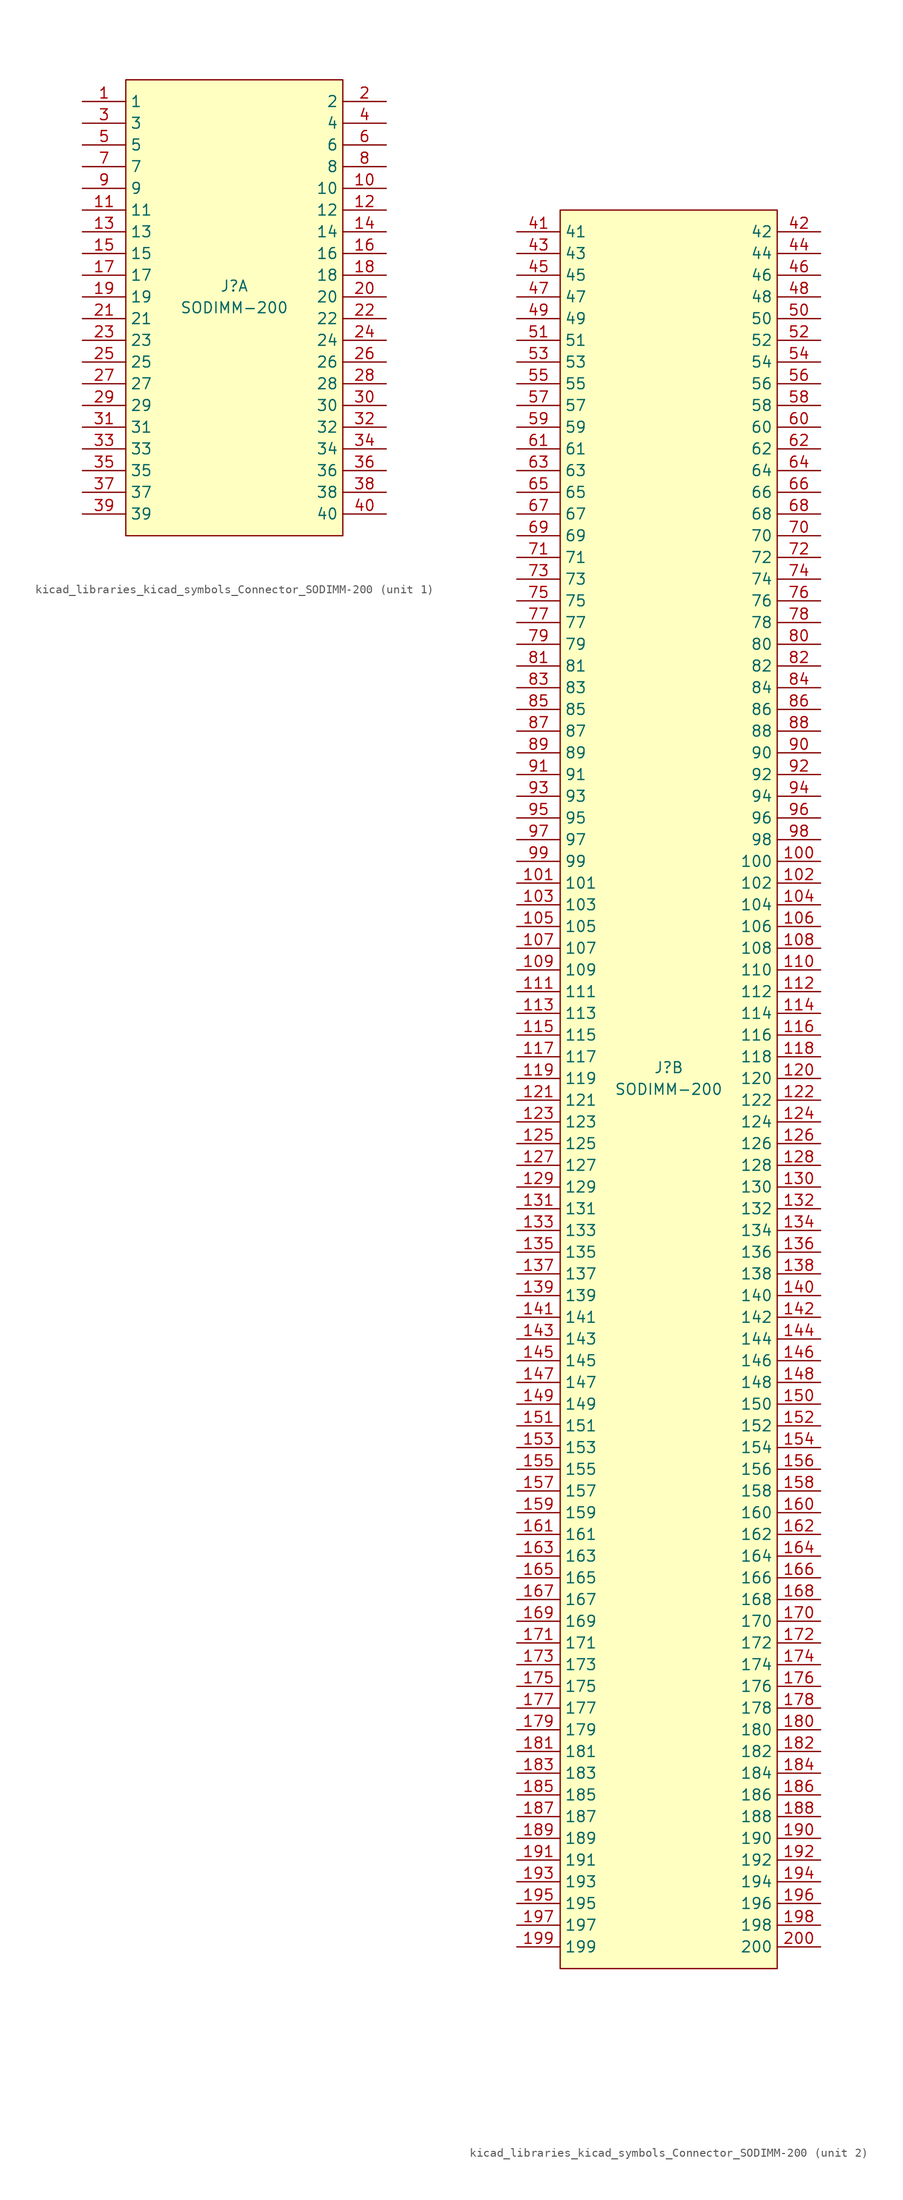
<source format=kicad_sym>
(kicad_symbol_lib
  (version 20220914)
  (generator kicad_symbol_editor)
  (symbol "kicad_libraries_kicad_symbols_Connector_SODIMM-200"
    (property "Reference" "J"
      (at 0 1.27 0)
      (effects (font (size 1.27 1.27))))
    (property "Value" "SODIMM-200"
      (at 0 -1.27 0)
      (effects (font (size 1.27 1.27))))
    (property "ki_locked" ""
      (at 0 0 0)
      (effects (font (size 1.27 1.27))))
    (symbol "kicad_libraries_kicad_symbols_Connector_SODIMM-200_1_1"
      (rectangle (start -12.7 25.4) (end 12.7 -27.94) (stroke (width 0) (type default)) (fill (type background)))
      (pin passive line (at -17.78 22.86 0) (length 5.08) (name "1" (effects (font (size 1.27 1.27)))) (number "1" (effects (font (size 1.27 1.27)))))
      (pin passive line (at 17.78 12.7 180) (length 5.08) (name "10" (effects (font (size 1.27 1.27)))) (number "10" (effects (font (size 1.27 1.27)))))
      (pin passive line (at -17.78 10.16 0) (length 5.08) (name "11" (effects (font (size 1.27 1.27)))) (number "11" (effects (font (size 1.27 1.27)))))
      (pin passive line (at 17.78 10.16 180) (length 5.08) (name "12" (effects (font (size 1.27 1.27)))) (number "12" (effects (font (size 1.27 1.27)))))
      (pin passive line (at -17.78 7.62 0) (length 5.08) (name "13" (effects (font (size 1.27 1.27)))) (number "13" (effects (font (size 1.27 1.27)))))
      (pin passive line (at 17.78 7.62 180) (length 5.08) (name "14" (effects (font (size 1.27 1.27)))) (number "14" (effects (font (size 1.27 1.27)))))
      (pin passive line (at -17.78 5.08 0) (length 5.08) (name "15" (effects (font (size 1.27 1.27)))) (number "15" (effects (font (size 1.27 1.27)))))
      (pin passive line (at 17.78 5.08 180) (length 5.08) (name "16" (effects (font (size 1.27 1.27)))) (number "16" (effects (font (size 1.27 1.27)))))
      (pin passive line (at -17.78 2.54 0) (length 5.08) (name "17" (effects (font (size 1.27 1.27)))) (number "17" (effects (font (size 1.27 1.27)))))
      (pin passive line (at 17.78 2.54 180) (length 5.08) (name "18" (effects (font (size 1.27 1.27)))) (number "18" (effects (font (size 1.27 1.27)))))
      (pin passive line (at -17.78 0 0) (length 5.08) (name "19" (effects (font (size 1.27 1.27)))) (number "19" (effects (font (size 1.27 1.27)))))
      (pin passive line (at 17.78 22.86 180) (length 5.08) (name "2" (effects (font (size 1.27 1.27)))) (number "2" (effects (font (size 1.27 1.27)))))
      (pin passive line (at 17.78 0 180) (length 5.08) (name "20" (effects (font (size 1.27 1.27)))) (number "20" (effects (font (size 1.27 1.27)))))
      (pin passive line (at -17.78 -2.54 0) (length 5.08) (name "21" (effects (font (size 1.27 1.27)))) (number "21" (effects (font (size 1.27 1.27)))))
      (pin passive line (at 17.78 -2.54 180) (length 5.08) (name "22" (effects (font (size 1.27 1.27)))) (number "22" (effects (font (size 1.27 1.27)))))
      (pin passive line (at -17.78 -5.08 0) (length 5.08) (name "23" (effects (font (size 1.27 1.27)))) (number "23" (effects (font (size 1.27 1.27)))))
      (pin passive line (at 17.78 -5.08 180) (length 5.08) (name "24" (effects (font (size 1.27 1.27)))) (number "24" (effects (font (size 1.27 1.27)))))
      (pin passive line (at -17.78 -7.62 0) (length 5.08) (name "25" (effects (font (size 1.27 1.27)))) (number "25" (effects (font (size 1.27 1.27)))))
      (pin passive line (at 17.78 -7.62 180) (length 5.08) (name "26" (effects (font (size 1.27 1.27)))) (number "26" (effects (font (size 1.27 1.27)))))
      (pin passive line (at -17.78 -10.16 0) (length 5.08) (name "27" (effects (font (size 1.27 1.27)))) (number "27" (effects (font (size 1.27 1.27)))))
      (pin passive line (at 17.78 -10.16 180) (length 5.08) (name "28" (effects (font (size 1.27 1.27)))) (number "28" (effects (font (size 1.27 1.27)))))
      (pin passive line (at -17.78 -12.7 0) (length 5.08) (name "29" (effects (font (size 1.27 1.27)))) (number "29" (effects (font (size 1.27 1.27)))))
      (pin passive line (at -17.78 20.32 0) (length 5.08) (name "3" (effects (font (size 1.27 1.27)))) (number "3" (effects (font (size 1.27 1.27)))))
      (pin passive line (at 17.78 -12.7 180) (length 5.08) (name "30" (effects (font (size 1.27 1.27)))) (number "30" (effects (font (size 1.27 1.27)))))
      (pin passive line (at -17.78 -15.24 0) (length 5.08) (name "31" (effects (font (size 1.27 1.27)))) (number "31" (effects (font (size 1.27 1.27)))))
      (pin passive line (at 17.78 -15.24 180) (length 5.08) (name "32" (effects (font (size 1.27 1.27)))) (number "32" (effects (font (size 1.27 1.27)))))
      (pin passive line (at -17.78 -17.78 0) (length 5.08) (name "33" (effects (font (size 1.27 1.27)))) (number "33" (effects (font (size 1.27 1.27)))))
      (pin passive line (at 17.78 -17.78 180) (length 5.08) (name "34" (effects (font (size 1.27 1.27)))) (number "34" (effects (font (size 1.27 1.27)))))
      (pin passive line (at -17.78 -20.32 0) (length 5.08) (name "35" (effects (font (size 1.27 1.27)))) (number "35" (effects (font (size 1.27 1.27)))))
      (pin passive line (at 17.78 -20.32 180) (length 5.08) (name "36" (effects (font (size 1.27 1.27)))) (number "36" (effects (font (size 1.27 1.27)))))
      (pin passive line (at -17.78 -22.86 0) (length 5.08) (name "37" (effects (font (size 1.27 1.27)))) (number "37" (effects (font (size 1.27 1.27)))))
      (pin passive line (at 17.78 -22.86 180) (length 5.08) (name "38" (effects (font (size 1.27 1.27)))) (number "38" (effects (font (size 1.27 1.27)))))
      (pin passive line (at -17.78 -25.4 0) (length 5.08) (name "39" (effects (font (size 1.27 1.27)))) (number "39" (effects (font (size 1.27 1.27)))))
      (pin passive line (at 17.78 20.32 180) (length 5.08) (name "4" (effects (font (size 1.27 1.27)))) (number "4" (effects (font (size 1.27 1.27)))))
      (pin passive line (at 17.78 -25.4 180) (length 5.08) (name "40" (effects (font (size 1.27 1.27)))) (number "40" (effects (font (size 1.27 1.27)))))
      (pin passive line (at -17.78 17.78 0) (length 5.08) (name "5" (effects (font (size 1.27 1.27)))) (number "5" (effects (font (size 1.27 1.27)))))
      (pin passive line (at 17.78 17.78 180) (length 5.08) (name "6" (effects (font (size 1.27 1.27)))) (number "6" (effects (font (size 1.27 1.27)))))
      (pin passive line (at -17.78 15.24 0) (length 5.08) (name "7" (effects (font (size 1.27 1.27)))) (number "7" (effects (font (size 1.27 1.27)))))
      (pin passive line (at 17.78 15.24 180) (length 5.08) (name "8" (effects (font (size 1.27 1.27)))) (number "8" (effects (font (size 1.27 1.27)))))
      (pin passive line (at -17.78 12.7 0) (length 5.08) (name "9" (effects (font (size 1.27 1.27)))) (number "9" (effects (font (size 1.27 1.27))))))
    (symbol "kicad_libraries_kicad_symbols_Connector_SODIMM-200_2_1"
      (rectangle (start -12.7 -104.14) (end 12.7 101.6) (stroke (width 0) (type default)) (fill (type background)))
      (pin passive line (at 17.78 25.4 180) (length 5.08) (name "100" (effects (font (size 1.27 1.27)))) (number "100" (effects (font (size 1.27 1.27)))))
      (pin passive line (at -17.78 22.86 0) (length 5.08) (name "101" (effects (font (size 1.27 1.27)))) (number "101" (effects (font (size 1.27 1.27)))))
      (pin passive line (at 17.78 22.86 180) (length 5.08) (name "102" (effects (font (size 1.27 1.27)))) (number "102" (effects (font (size 1.27 1.27)))))
      (pin passive line (at -17.78 20.32 0) (length 5.08) (name "103" (effects (font (size 1.27 1.27)))) (number "103" (effects (font (size 1.27 1.27)))))
      (pin passive line (at 17.78 20.32 180) (length 5.08) (name "104" (effects (font (size 1.27 1.27)))) (number "104" (effects (font (size 1.27 1.27)))))
      (pin passive line (at -17.78 17.78 0) (length 5.08) (name "105" (effects (font (size 1.27 1.27)))) (number "105" (effects (font (size 1.27 1.27)))))
      (pin passive line (at 17.78 17.78 180) (length 5.08) (name "106" (effects (font (size 1.27 1.27)))) (number "106" (effects (font (size 1.27 1.27)))))
      (pin passive line (at -17.78 15.24 0) (length 5.08) (name "107" (effects (font (size 1.27 1.27)))) (number "107" (effects (font (size 1.27 1.27)))))
      (pin passive line (at 17.78 15.24 180) (length 5.08) (name "108" (effects (font (size 1.27 1.27)))) (number "108" (effects (font (size 1.27 1.27)))))
      (pin passive line (at -17.78 12.7 0) (length 5.08) (name "109" (effects (font (size 1.27 1.27)))) (number "109" (effects (font (size 1.27 1.27)))))
      (pin passive line (at 17.78 12.7 180) (length 5.08) (name "110" (effects (font (size 1.27 1.27)))) (number "110" (effects (font (size 1.27 1.27)))))
      (pin passive line (at -17.78 10.16 0) (length 5.08) (name "111" (effects (font (size 1.27 1.27)))) (number "111" (effects (font (size 1.27 1.27)))))
      (pin passive line (at 17.78 10.16 180) (length 5.08) (name "112" (effects (font (size 1.27 1.27)))) (number "112" (effects (font (size 1.27 1.27)))))
      (pin passive line (at -17.78 7.62 0) (length 5.08) (name "113" (effects (font (size 1.27 1.27)))) (number "113" (effects (font (size 1.27 1.27)))))
      (pin passive line (at 17.78 7.62 180) (length 5.08) (name "114" (effects (font (size 1.27 1.27)))) (number "114" (effects (font (size 1.27 1.27)))))
      (pin passive line (at -17.78 5.08 0) (length 5.08) (name "115" (effects (font (size 1.27 1.27)))) (number "115" (effects (font (size 1.27 1.27)))))
      (pin passive line (at 17.78 5.08 180) (length 5.08) (name "116" (effects (font (size 1.27 1.27)))) (number "116" (effects (font (size 1.27 1.27)))))
      (pin passive line (at -17.78 2.54 0) (length 5.08) (name "117" (effects (font (size 1.27 1.27)))) (number "117" (effects (font (size 1.27 1.27)))))
      (pin passive line (at 17.78 2.54 180) (length 5.08) (name "118" (effects (font (size 1.27 1.27)))) (number "118" (effects (font (size 1.27 1.27)))))
      (pin passive line (at -17.78 0 0) (length 5.08) (name "119" (effects (font (size 1.27 1.27)))) (number "119" (effects (font (size 1.27 1.27)))))
      (pin passive line (at 17.78 0 180) (length 5.08) (name "120" (effects (font (size 1.27 1.27)))) (number "120" (effects (font (size 1.27 1.27)))))
      (pin passive line (at -17.78 -2.54 0) (length 5.08) (name "121" (effects (font (size 1.27 1.27)))) (number "121" (effects (font (size 1.27 1.27)))))
      (pin passive line (at 17.78 -2.54 180) (length 5.08) (name "122" (effects (font (size 1.27 1.27)))) (number "122" (effects (font (size 1.27 1.27)))))
      (pin passive line (at -17.78 -5.08 0) (length 5.08) (name "123" (effects (font (size 1.27 1.27)))) (number "123" (effects (font (size 1.27 1.27)))))
      (pin passive line (at 17.78 -5.08 180) (length 5.08) (name "124" (effects (font (size 1.27 1.27)))) (number "124" (effects (font (size 1.27 1.27)))))
      (pin passive line (at -17.78 -7.62 0) (length 5.08) (name "125" (effects (font (size 1.27 1.27)))) (number "125" (effects (font (size 1.27 1.27)))))
      (pin passive line (at 17.78 -7.62 180) (length 5.08) (name "126" (effects (font (size 1.27 1.27)))) (number "126" (effects (font (size 1.27 1.27)))))
      (pin passive line (at -17.78 -10.16 0) (length 5.08) (name "127" (effects (font (size 1.27 1.27)))) (number "127" (effects (font (size 1.27 1.27)))))
      (pin passive line (at 17.78 -10.16 180) (length 5.08) (name "128" (effects (font (size 1.27 1.27)))) (number "128" (effects (font (size 1.27 1.27)))))
      (pin passive line (at -17.78 -12.7 0) (length 5.08) (name "129" (effects (font (size 1.27 1.27)))) (number "129" (effects (font (size 1.27 1.27)))))
      (pin passive line (at 17.78 -12.7 180) (length 5.08) (name "130" (effects (font (size 1.27 1.27)))) (number "130" (effects (font (size 1.27 1.27)))))
      (pin passive line (at -17.78 -15.24 0) (length 5.08) (name "131" (effects (font (size 1.27 1.27)))) (number "131" (effects (font (size 1.27 1.27)))))
      (pin passive line (at 17.78 -15.24 180) (length 5.08) (name "132" (effects (font (size 1.27 1.27)))) (number "132" (effects (font (size 1.27 1.27)))))
      (pin passive line (at -17.78 -17.78 0) (length 5.08) (name "133" (effects (font (size 1.27 1.27)))) (number "133" (effects (font (size 1.27 1.27)))))
      (pin passive line (at 17.78 -17.78 180) (length 5.08) (name "134" (effects (font (size 1.27 1.27)))) (number "134" (effects (font (size 1.27 1.27)))))
      (pin passive line (at -17.78 -20.32 0) (length 5.08) (name "135" (effects (font (size 1.27 1.27)))) (number "135" (effects (font (size 1.27 1.27)))))
      (pin passive line (at 17.78 -20.32 180) (length 5.08) (name "136" (effects (font (size 1.27 1.27)))) (number "136" (effects (font (size 1.27 1.27)))))
      (pin passive line (at -17.78 -22.86 0) (length 5.08) (name "137" (effects (font (size 1.27 1.27)))) (number "137" (effects (font (size 1.27 1.27)))))
      (pin passive line (at 17.78 -22.86 180) (length 5.08) (name "138" (effects (font (size 1.27 1.27)))) (number "138" (effects (font (size 1.27 1.27)))))
      (pin passive line (at -17.78 -25.4 0) (length 5.08) (name "139" (effects (font (size 1.27 1.27)))) (number "139" (effects (font (size 1.27 1.27)))))
      (pin passive line (at 17.78 -25.4 180) (length 5.08) (name "140" (effects (font (size 1.27 1.27)))) (number "140" (effects (font (size 1.27 1.27)))))
      (pin passive line (at -17.78 -27.94 0) (length 5.08) (name "141" (effects (font (size 1.27 1.27)))) (number "141" (effects (font (size 1.27 1.27)))))
      (pin passive line (at 17.78 -27.94 180) (length 5.08) (name "142" (effects (font (size 1.27 1.27)))) (number "142" (effects (font (size 1.27 1.27)))))
      (pin passive line (at -17.78 -30.48 0) (length 5.08) (name "143" (effects (font (size 1.27 1.27)))) (number "143" (effects (font (size 1.27 1.27)))))
      (pin passive line (at 17.78 -30.48 180) (length 5.08) (name "144" (effects (font (size 1.27 1.27)))) (number "144" (effects (font (size 1.27 1.27)))))
      (pin passive line (at -17.78 -33.02 0) (length 5.08) (name "145" (effects (font (size 1.27 1.27)))) (number "145" (effects (font (size 1.27 1.27)))))
      (pin passive line (at 17.78 -33.02 180) (length 5.08) (name "146" (effects (font (size 1.27 1.27)))) (number "146" (effects (font (size 1.27 1.27)))))
      (pin passive line (at -17.78 -35.56 0) (length 5.08) (name "147" (effects (font (size 1.27 1.27)))) (number "147" (effects (font (size 1.27 1.27)))))
      (pin passive line (at 17.78 -35.56 180) (length 5.08) (name "148" (effects (font (size 1.27 1.27)))) (number "148" (effects (font (size 1.27 1.27)))))
      (pin passive line (at -17.78 -38.1 0) (length 5.08) (name "149" (effects (font (size 1.27 1.27)))) (number "149" (effects (font (size 1.27 1.27)))))
      (pin passive line (at 17.78 -38.1 180) (length 5.08) (name "150" (effects (font (size 1.27 1.27)))) (number "150" (effects (font (size 1.27 1.27)))))
      (pin passive line (at -17.78 -40.64 0) (length 5.08) (name "151" (effects (font (size 1.27 1.27)))) (number "151" (effects (font (size 1.27 1.27)))))
      (pin passive line (at 17.78 -40.64 180) (length 5.08) (name "152" (effects (font (size 1.27 1.27)))) (number "152" (effects (font (size 1.27 1.27)))))
      (pin passive line (at -17.78 -43.18 0) (length 5.08) (name "153" (effects (font (size 1.27 1.27)))) (number "153" (effects (font (size 1.27 1.27)))))
      (pin passive line (at 17.78 -43.18 180) (length 5.08) (name "154" (effects (font (size 1.27 1.27)))) (number "154" (effects (font (size 1.27 1.27)))))
      (pin passive line (at -17.78 -45.72 0) (length 5.08) (name "155" (effects (font (size 1.27 1.27)))) (number "155" (effects (font (size 1.27 1.27)))))
      (pin passive line (at 17.78 -45.72 180) (length 5.08) (name "156" (effects (font (size 1.27 1.27)))) (number "156" (effects (font (size 1.27 1.27)))))
      (pin passive line (at -17.78 -48.26 0) (length 5.08) (name "157" (effects (font (size 1.27 1.27)))) (number "157" (effects (font (size 1.27 1.27)))))
      (pin passive line (at 17.78 -48.26 180) (length 5.08) (name "158" (effects (font (size 1.27 1.27)))) (number "158" (effects (font (size 1.27 1.27)))))
      (pin passive line (at -17.78 -50.8 0) (length 5.08) (name "159" (effects (font (size 1.27 1.27)))) (number "159" (effects (font (size 1.27 1.27)))))
      (pin passive line (at 17.78 -50.8 180) (length 5.08) (name "160" (effects (font (size 1.27 1.27)))) (number "160" (effects (font (size 1.27 1.27)))))
      (pin passive line (at -17.78 -53.34 0) (length 5.08) (name "161" (effects (font (size 1.27 1.27)))) (number "161" (effects (font (size 1.27 1.27)))))
      (pin passive line (at 17.78 -53.34 180) (length 5.08) (name "162" (effects (font (size 1.27 1.27)))) (number "162" (effects (font (size 1.27 1.27)))))
      (pin passive line (at -17.78 -55.88 0) (length 5.08) (name "163" (effects (font (size 1.27 1.27)))) (number "163" (effects (font (size 1.27 1.27)))))
      (pin passive line (at 17.78 -55.88 180) (length 5.08) (name "164" (effects (font (size 1.27 1.27)))) (number "164" (effects (font (size 1.27 1.27)))))
      (pin passive line (at -17.78 -58.42 0) (length 5.08) (name "165" (effects (font (size 1.27 1.27)))) (number "165" (effects (font (size 1.27 1.27)))))
      (pin passive line (at 17.78 -58.42 180) (length 5.08) (name "166" (effects (font (size 1.27 1.27)))) (number "166" (effects (font (size 1.27 1.27)))))
      (pin passive line (at -17.78 -60.96 0) (length 5.08) (name "167" (effects (font (size 1.27 1.27)))) (number "167" (effects (font (size 1.27 1.27)))))
      (pin passive line (at 17.78 -60.96 180) (length 5.08) (name "168" (effects (font (size 1.27 1.27)))) (number "168" (effects (font (size 1.27 1.27)))))
      (pin passive line (at -17.78 -63.5 0) (length 5.08) (name "169" (effects (font (size 1.27 1.27)))) (number "169" (effects (font (size 1.27 1.27)))))
      (pin passive line (at 17.78 -63.5 180) (length 5.08) (name "170" (effects (font (size 1.27 1.27)))) (number "170" (effects (font (size 1.27 1.27)))))
      (pin passive line (at -17.78 -66.04 0) (length 5.08) (name "171" (effects (font (size 1.27 1.27)))) (number "171" (effects (font (size 1.27 1.27)))))
      (pin passive line (at 17.78 -66.04 180) (length 5.08) (name "172" (effects (font (size 1.27 1.27)))) (number "172" (effects (font (size 1.27 1.27)))))
      (pin passive line (at -17.78 -68.58 0) (length 5.08) (name "173" (effects (font (size 1.27 1.27)))) (number "173" (effects (font (size 1.27 1.27)))))
      (pin passive line (at 17.78 -68.58 180) (length 5.08) (name "174" (effects (font (size 1.27 1.27)))) (number "174" (effects (font (size 1.27 1.27)))))
      (pin passive line (at -17.78 -71.12 0) (length 5.08) (name "175" (effects (font (size 1.27 1.27)))) (number "175" (effects (font (size 1.27 1.27)))))
      (pin passive line (at 17.78 -71.12 180) (length 5.08) (name "176" (effects (font (size 1.27 1.27)))) (number "176" (effects (font (size 1.27 1.27)))))
      (pin passive line (at -17.78 -73.66 0) (length 5.08) (name "177" (effects (font (size 1.27 1.27)))) (number "177" (effects (font (size 1.27 1.27)))))
      (pin passive line (at 17.78 -73.66 180) (length 5.08) (name "178" (effects (font (size 1.27 1.27)))) (number "178" (effects (font (size 1.27 1.27)))))
      (pin passive line (at -17.78 -76.2 0) (length 5.08) (name "179" (effects (font (size 1.27 1.27)))) (number "179" (effects (font (size 1.27 1.27)))))
      (pin passive line (at 17.78 -76.2 180) (length 5.08) (name "180" (effects (font (size 1.27 1.27)))) (number "180" (effects (font (size 1.27 1.27)))))
      (pin passive line (at -17.78 -78.74 0) (length 5.08) (name "181" (effects (font (size 1.27 1.27)))) (number "181" (effects (font (size 1.27 1.27)))))
      (pin passive line (at 17.78 -78.74 180) (length 5.08) (name "182" (effects (font (size 1.27 1.27)))) (number "182" (effects (font (size 1.27 1.27)))))
      (pin passive line (at -17.78 -81.28 0) (length 5.08) (name "183" (effects (font (size 1.27 1.27)))) (number "183" (effects (font (size 1.27 1.27)))))
      (pin passive line (at 17.78 -81.28 180) (length 5.08) (name "184" (effects (font (size 1.27 1.27)))) (number "184" (effects (font (size 1.27 1.27)))))
      (pin passive line (at -17.78 -83.82 0) (length 5.08) (name "185" (effects (font (size 1.27 1.27)))) (number "185" (effects (font (size 1.27 1.27)))))
      (pin passive line (at 17.78 -83.82 180) (length 5.08) (name "186" (effects (font (size 1.27 1.27)))) (number "186" (effects (font (size 1.27 1.27)))))
      (pin passive line (at -17.78 -86.36 0) (length 5.08) (name "187" (effects (font (size 1.27 1.27)))) (number "187" (effects (font (size 1.27 1.27)))))
      (pin passive line (at 17.78 -86.36 180) (length 5.08) (name "188" (effects (font (size 1.27 1.27)))) (number "188" (effects (font (size 1.27 1.27)))))
      (pin passive line (at -17.78 -88.9 0) (length 5.08) (name "189" (effects (font (size 1.27 1.27)))) (number "189" (effects (font (size 1.27 1.27)))))
      (pin passive line (at 17.78 -88.9 180) (length 5.08) (name "190" (effects (font (size 1.27 1.27)))) (number "190" (effects (font (size 1.27 1.27)))))
      (pin passive line (at -17.78 -91.44 0) (length 5.08) (name "191" (effects (font (size 1.27 1.27)))) (number "191" (effects (font (size 1.27 1.27)))))
      (pin passive line (at 17.78 -91.44 180) (length 5.08) (name "192" (effects (font (size 1.27 1.27)))) (number "192" (effects (font (size 1.27 1.27)))))
      (pin passive line (at -17.78 -93.98 0) (length 5.08) (name "193" (effects (font (size 1.27 1.27)))) (number "193" (effects (font (size 1.27 1.27)))))
      (pin passive line (at 17.78 -93.98 180) (length 5.08) (name "194" (effects (font (size 1.27 1.27)))) (number "194" (effects (font (size 1.27 1.27)))))
      (pin passive line (at -17.78 -96.52 0) (length 5.08) (name "195" (effects (font (size 1.27 1.27)))) (number "195" (effects (font (size 1.27 1.27)))))
      (pin passive line (at 17.78 -96.52 180) (length 5.08) (name "196" (effects (font (size 1.27 1.27)))) (number "196" (effects (font (size 1.27 1.27)))))
      (pin passive line (at -17.78 -99.06 0) (length 5.08) (name "197" (effects (font (size 1.27 1.27)))) (number "197" (effects (font (size 1.27 1.27)))))
      (pin passive line (at 17.78 -99.06 180) (length 5.08) (name "198" (effects (font (size 1.27 1.27)))) (number "198" (effects (font (size 1.27 1.27)))))
      (pin passive line (at -17.78 -101.6 0) (length 5.08) (name "199" (effects (font (size 1.27 1.27)))) (number "199" (effects (font (size 1.27 1.27)))))
      (pin passive line (at 17.78 -101.6 180) (length 5.08) (name "200" (effects (font (size 1.27 1.27)))) (number "200" (effects (font (size 1.27 1.27)))))
      (pin passive line (at -17.78 99.06 0) (length 5.08) (name "41" (effects (font (size 1.27 1.27)))) (number "41" (effects (font (size 1.27 1.27)))))
      (pin passive line (at 17.78 99.06 180) (length 5.08) (name "42" (effects (font (size 1.27 1.27)))) (number "42" (effects (font (size 1.27 1.27)))))
      (pin passive line (at -17.78 96.52 0) (length 5.08) (name "43" (effects (font (size 1.27 1.27)))) (number "43" (effects (font (size 1.27 1.27)))))
      (pin passive line (at 17.78 96.52 180) (length 5.08) (name "44" (effects (font (size 1.27 1.27)))) (number "44" (effects (font (size 1.27 1.27)))))
      (pin passive line (at -17.78 93.98 0) (length 5.08) (name "45" (effects (font (size 1.27 1.27)))) (number "45" (effects (font (size 1.27 1.27)))))
      (pin passive line (at 17.78 93.98 180) (length 5.08) (name "46" (effects (font (size 1.27 1.27)))) (number "46" (effects (font (size 1.27 1.27)))))
      (pin passive line (at -17.78 91.44 0) (length 5.08) (name "47" (effects (font (size 1.27 1.27)))) (number "47" (effects (font (size 1.27 1.27)))))
      (pin passive line (at 17.78 91.44 180) (length 5.08) (name "48" (effects (font (size 1.27 1.27)))) (number "48" (effects (font (size 1.27 1.27)))))
      (pin passive line (at -17.78 88.9 0) (length 5.08) (name "49" (effects (font (size 1.27 1.27)))) (number "49" (effects (font (size 1.27 1.27)))))
      (pin passive line (at 17.78 88.9 180) (length 5.08) (name "50" (effects (font (size 1.27 1.27)))) (number "50" (effects (font (size 1.27 1.27)))))
      (pin passive line (at -17.78 86.36 0) (length 5.08) (name "51" (effects (font (size 1.27 1.27)))) (number "51" (effects (font (size 1.27 1.27)))))
      (pin passive line (at 17.78 86.36 180) (length 5.08) (name "52" (effects (font (size 1.27 1.27)))) (number "52" (effects (font (size 1.27 1.27)))))
      (pin passive line (at -17.78 83.82 0) (length 5.08) (name "53" (effects (font (size 1.27 1.27)))) (number "53" (effects (font (size 1.27 1.27)))))
      (pin passive line (at 17.78 83.82 180) (length 5.08) (name "54" (effects (font (size 1.27 1.27)))) (number "54" (effects (font (size 1.27 1.27)))))
      (pin passive line (at -17.78 81.28 0) (length 5.08) (name "55" (effects (font (size 1.27 1.27)))) (number "55" (effects (font (size 1.27 1.27)))))
      (pin passive line (at 17.78 81.28 180) (length 5.08) (name "56" (effects (font (size 1.27 1.27)))) (number "56" (effects (font (size 1.27 1.27)))))
      (pin passive line (at -17.78 78.74 0) (length 5.08) (name "57" (effects (font (size 1.27 1.27)))) (number "57" (effects (font (size 1.27 1.27)))))
      (pin passive line (at 17.78 78.74 180) (length 5.08) (name "58" (effects (font (size 1.27 1.27)))) (number "58" (effects (font (size 1.27 1.27)))))
      (pin passive line (at -17.78 76.2 0) (length 5.08) (name "59" (effects (font (size 1.27 1.27)))) (number "59" (effects (font (size 1.27 1.27)))))
      (pin passive line (at 17.78 76.2 180) (length 5.08) (name "60" (effects (font (size 1.27 1.27)))) (number "60" (effects (font (size 1.27 1.27)))))
      (pin passive line (at -17.78 73.66 0) (length 5.08) (name "61" (effects (font (size 1.27 1.27)))) (number "61" (effects (font (size 1.27 1.27)))))
      (pin passive line (at 17.78 73.66 180) (length 5.08) (name "62" (effects (font (size 1.27 1.27)))) (number "62" (effects (font (size 1.27 1.27)))))
      (pin passive line (at -17.78 71.12 0) (length 5.08) (name "63" (effects (font (size 1.27 1.27)))) (number "63" (effects (font (size 1.27 1.27)))))
      (pin passive line (at 17.78 71.12 180) (length 5.08) (name "64" (effects (font (size 1.27 1.27)))) (number "64" (effects (font (size 1.27 1.27)))))
      (pin passive line (at -17.78 68.58 0) (length 5.08) (name "65" (effects (font (size 1.27 1.27)))) (number "65" (effects (font (size 1.27 1.27)))))
      (pin passive line (at 17.78 68.58 180) (length 5.08) (name "66" (effects (font (size 1.27 1.27)))) (number "66" (effects (font (size 1.27 1.27)))))
      (pin passive line (at -17.78 66.04 0) (length 5.08) (name "67" (effects (font (size 1.27 1.27)))) (number "67" (effects (font (size 1.27 1.27)))))
      (pin passive line (at 17.78 66.04 180) (length 5.08) (name "68" (effects (font (size 1.27 1.27)))) (number "68" (effects (font (size 1.27 1.27)))))
      (pin passive line (at -17.78 63.5 0) (length 5.08) (name "69" (effects (font (size 1.27 1.27)))) (number "69" (effects (font (size 1.27 1.27)))))
      (pin passive line (at 17.78 63.5 180) (length 5.08) (name "70" (effects (font (size 1.27 1.27)))) (number "70" (effects (font (size 1.27 1.27)))))
      (pin passive line (at -17.78 60.96 0) (length 5.08) (name "71" (effects (font (size 1.27 1.27)))) (number "71" (effects (font (size 1.27 1.27)))))
      (pin passive line (at 17.78 60.96 180) (length 5.08) (name "72" (effects (font (size 1.27 1.27)))) (number "72" (effects (font (size 1.27 1.27)))))
      (pin passive line (at -17.78 58.42 0) (length 5.08) (name "73" (effects (font (size 1.27 1.27)))) (number "73" (effects (font (size 1.27 1.27)))))
      (pin passive line (at 17.78 58.42 180) (length 5.08) (name "74" (effects (font (size 1.27 1.27)))) (number "74" (effects (font (size 1.27 1.27)))))
      (pin passive line (at -17.78 55.88 0) (length 5.08) (name "75" (effects (font (size 1.27 1.27)))) (number "75" (effects (font (size 1.27 1.27)))))
      (pin passive line (at 17.78 55.88 180) (length 5.08) (name "76" (effects (font (size 1.27 1.27)))) (number "76" (effects (font (size 1.27 1.27)))))
      (pin passive line (at -17.78 53.34 0) (length 5.08) (name "77" (effects (font (size 1.27 1.27)))) (number "77" (effects (font (size 1.27 1.27)))))
      (pin passive line (at 17.78 53.34 180) (length 5.08) (name "78" (effects (font (size 1.27 1.27)))) (number "78" (effects (font (size 1.27 1.27)))))
      (pin passive line (at -17.78 50.8 0) (length 5.08) (name "79" (effects (font (size 1.27 1.27)))) (number "79" (effects (font (size 1.27 1.27)))))
      (pin passive line (at 17.78 50.8 180) (length 5.08) (name "80" (effects (font (size 1.27 1.27)))) (number "80" (effects (font (size 1.27 1.27)))))
      (pin passive line (at -17.78 48.26 0) (length 5.08) (name "81" (effects (font (size 1.27 1.27)))) (number "81" (effects (font (size 1.27 1.27)))))
      (pin passive line (at 17.78 48.26 180) (length 5.08) (name "82" (effects (font (size 1.27 1.27)))) (number "82" (effects (font (size 1.27 1.27)))))
      (pin passive line (at -17.78 45.72 0) (length 5.08) (name "83" (effects (font (size 1.27 1.27)))) (number "83" (effects (font (size 1.27 1.27)))))
      (pin passive line (at 17.78 45.72 180) (length 5.08) (name "84" (effects (font (size 1.27 1.27)))) (number "84" (effects (font (size 1.27 1.27)))))
      (pin passive line (at -17.78 43.18 0) (length 5.08) (name "85" (effects (font (size 1.27 1.27)))) (number "85" (effects (font (size 1.27 1.27)))))
      (pin passive line (at 17.78 43.18 180) (length 5.08) (name "86" (effects (font (size 1.27 1.27)))) (number "86" (effects (font (size 1.27 1.27)))))
      (pin passive line (at -17.78 40.64 0) (length 5.08) (name "87" (effects (font (size 1.27 1.27)))) (number "87" (effects (font (size 1.27 1.27)))))
      (pin passive line (at 17.78 40.64 180) (length 5.08) (name "88" (effects (font (size 1.27 1.27)))) (number "88" (effects (font (size 1.27 1.27)))))
      (pin passive line (at -17.78 38.1 0) (length 5.08) (name "89" (effects (font (size 1.27 1.27)))) (number "89" (effects (font (size 1.27 1.27)))))
      (pin passive line (at 17.78 38.1 180) (length 5.08) (name "90" (effects (font (size 1.27 1.27)))) (number "90" (effects (font (size 1.27 1.27)))))
      (pin passive line (at -17.78 35.56 0) (length 5.08) (name "91" (effects (font (size 1.27 1.27)))) (number "91" (effects (font (size 1.27 1.27)))))
      (pin passive line (at 17.78 35.56 180) (length 5.08) (name "92" (effects (font (size 1.27 1.27)))) (number "92" (effects (font (size 1.27 1.27)))))
      (pin passive line (at -17.78 33.02 0) (length 5.08) (name "93" (effects (font (size 1.27 1.27)))) (number "93" (effects (font (size 1.27 1.27)))))
      (pin passive line (at 17.78 33.02 180) (length 5.08) (name "94" (effects (font (size 1.27 1.27)))) (number "94" (effects (font (size 1.27 1.27)))))
      (pin passive line (at -17.78 30.48 0) (length 5.08) (name "95" (effects (font (size 1.27 1.27)))) (number "95" (effects (font (size 1.27 1.27)))))
      (pin passive line (at 17.78 30.48 180) (length 5.08) (name "96" (effects (font (size 1.27 1.27)))) (number "96" (effects (font (size 1.27 1.27)))))
      (pin passive line (at -17.78 27.94 0) (length 5.08) (name "97" (effects (font (size 1.27 1.27)))) (number "97" (effects (font (size 1.27 1.27)))))
      (pin passive line (at 17.78 27.94 180) (length 5.08) (name "98" (effects (font (size 1.27 1.27)))) (number "98" (effects (font (size 1.27 1.27)))))
      (pin passive line (at -17.78 25.4 0) (length 5.08) (name "99" (effects (font (size 1.27 1.27)))) (number "99" (effects (font (size 1.27 1.27))))))))
</source>
